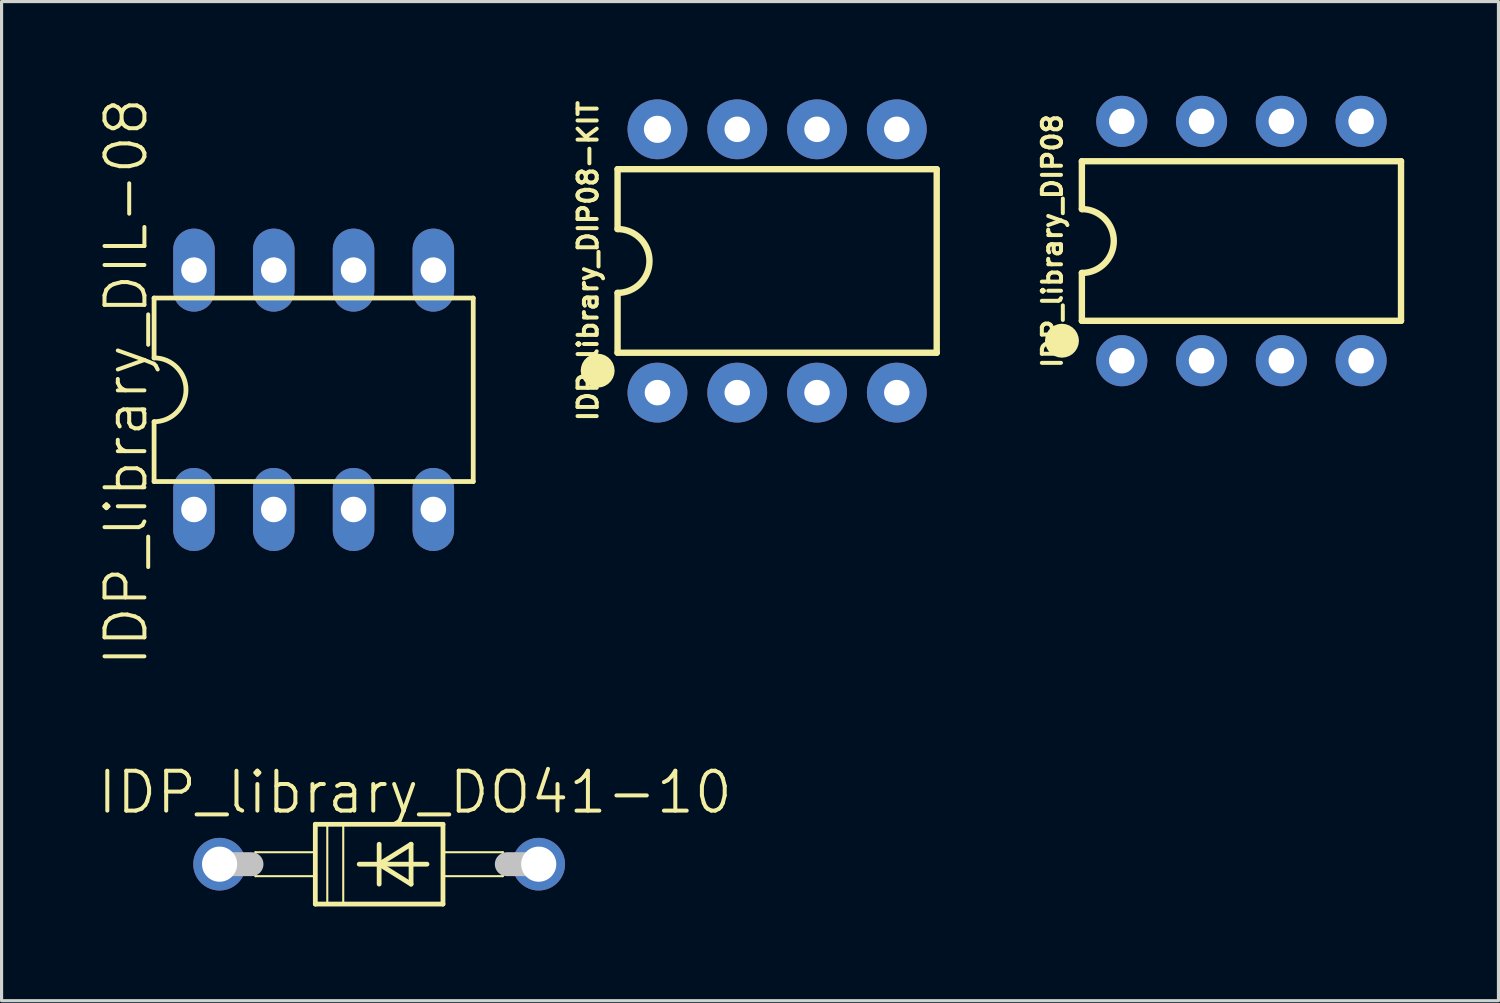
<source format=kicad_pcb>
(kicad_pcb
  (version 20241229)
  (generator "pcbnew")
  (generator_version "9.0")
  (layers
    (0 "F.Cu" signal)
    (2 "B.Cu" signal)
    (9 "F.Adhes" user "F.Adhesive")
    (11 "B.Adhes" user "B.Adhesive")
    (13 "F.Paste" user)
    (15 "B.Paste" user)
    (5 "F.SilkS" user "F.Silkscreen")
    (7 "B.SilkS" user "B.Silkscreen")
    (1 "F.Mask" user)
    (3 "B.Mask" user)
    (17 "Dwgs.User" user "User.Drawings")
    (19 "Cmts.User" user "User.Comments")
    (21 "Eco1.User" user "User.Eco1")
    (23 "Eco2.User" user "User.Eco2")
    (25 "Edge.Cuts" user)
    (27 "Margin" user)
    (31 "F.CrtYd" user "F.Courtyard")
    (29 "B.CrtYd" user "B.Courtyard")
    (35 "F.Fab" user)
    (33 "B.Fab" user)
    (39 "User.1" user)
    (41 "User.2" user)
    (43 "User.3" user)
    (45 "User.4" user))
  (footprint "IDP_library_DIL-08"
    (layer "F.Cu")
    (at 6.935 9.359)
    (property "Reference" "IDP_library_DIL-08" (at -5.969 -0.254 90) (layer "F.SilkS") (effects (font (size 1.27 1.27) (thickness 0.127))))
    (attr exclude_from_pos_files exclude_from_bom)
    (fp_line (start -5.08 -2.921) (end -5.08 -1.016) (stroke (width 0.152) (type solid)) (layer "F.SilkS"))
    (fp_line (start -5.08 2.921) (end -5.08 1.016) (stroke (width 0.152) (type solid)) (layer "F.SilkS"))
    (fp_line (start -5.08 2.921) (end 5.08 2.921) (stroke (width 0.152) (type solid)) (layer "F.SilkS"))
    (fp_line (start 5.08 -2.921) (end -5.08 -2.921) (stroke (width 0.152) (type solid)) (layer "F.SilkS"))
    (fp_line (start 5.08 -2.921) (end 5.08 2.921) (stroke (width 0.152) (type solid)) (layer "F.SilkS"))
    (fp_arc (start -5.08 -1.016) (mid -4.064 0) (end -5.08 1.016) (stroke (width 0.1524) (type solid)) (layer "F.SilkS"))
    (pad "1" thru_hole oval (at -3.81 3.81 180) (size 1.321 2.642) (drill 0.813) (layers "*.Cu" "*.Paste" "*.Mask"))
    (pad "2" thru_hole oval (at -1.27 3.81 180) (size 1.321 2.642) (drill 0.813) (layers "*.Cu" "*.Paste" "*.Mask"))
    (pad "3" thru_hole oval (at 1.27 3.81 180) (size 1.321 2.642) (drill 0.813) (layers "*.Cu" "*.Paste" "*.Mask"))
    (pad "4" thru_hole oval (at 3.81 3.81 180) (size 1.321 2.642) (drill 0.813) (layers "*.Cu" "*.Paste" "*.Mask"))
    (pad "5" thru_hole oval (at 3.81 -3.81 180) (size 1.321 2.642) (drill 0.813) (layers "*.Cu" "*.Paste" "*.Mask"))
    (pad "6" thru_hole oval (at 1.27 -3.81 180) (size 1.321 2.642) (drill 0.813) (layers "*.Cu" "*.Paste" "*.Mask"))
    (pad "7" thru_hole oval (at -1.27 -3.81 180) (size 1.321 2.642) (drill 0.813) (layers "*.Cu" "*.Paste" "*.Mask"))
    (pad "8" thru_hole oval (at -3.81 -3.81 180) (size 1.321 2.642) (drill 0.813) (layers "*.Cu" "*.Paste" "*.Mask")))
  (footprint "IDP_library_DIP08"
    (layer "F.Cu")
    (at 36.471 4.623)
    (property "Reference" "IDP_library_DIP08" (at -6.02 0 90) (layer "F.SilkS") (effects (font (size 0.61 0.61) (thickness 0.127))))
    (attr exclude_from_pos_files exclude_from_bom)
    (fp_line (start -5.08 -2.54) (end -5.08 -1.016) (stroke (width 0.203) (type solid)) (layer "F.SilkS"))
    (fp_line (start -5.08 2.54) (end -5.08 1.016) (stroke (width 0.203) (type solid)) (layer "F.SilkS"))
    (fp_line (start -5.08 2.54) (end 5.08 2.54) (stroke (width 0.203) (type solid)) (layer "F.SilkS"))
    (fp_line (start 5.08 -2.54) (end -5.08 -2.54) (stroke (width 0.203) (type solid)) (layer "F.SilkS"))
    (fp_line (start 5.08 -2.54) (end 5.08 2.54) (stroke (width 0.203) (type solid)) (layer "F.SilkS"))
    (fp_arc (start -5.08 -1.016) (mid -4.064 0) (end -5.08 1.016) (stroke (width 0.2032) (type solid)) (layer "F.SilkS"))
    (fp_poly (pts (xy -6.19 3.175) (xy -6.177 3.068) (xy -6.142 2.967) (xy -6.086 2.878) (xy -6.01 2.802) (xy -5.921 2.746) (xy -5.819 2.71) (xy -5.715 2.697) (xy -5.608 2.71) (xy -5.507 2.746) (xy -5.418 2.802) (xy -5.342 2.878) (xy -5.286 2.967) (xy -5.25 3.068) (xy -5.237 3.175) (xy -5.25 3.279) (xy -5.286 3.381) (xy -5.342 3.47) (xy -5.418 3.546) (xy -5.507 3.602) (xy -5.608 3.637) (xy -5.715 3.65) (xy -5.819 3.637) (xy -5.921 3.602) (xy -6.01 3.546) (xy -6.086 3.47) (xy -6.142 3.381) (xy -6.177 3.279) (xy -6.19 3.175)) (stroke (width 0.127) (type solid)) (fill yes) (layer "F.SilkS"))
    (pad "1" thru_hole circle (at -3.81 3.81) (size 1.626 1.626) (drill 0.813) (layers "*.Cu" "*.Paste" "*.Mask"))
    (pad "2" thru_hole circle (at -1.27 3.81) (size 1.626 1.626) (drill 0.813) (layers "*.Cu" "*.Paste" "*.Mask"))
    (pad "3" thru_hole circle (at 1.27 3.81) (size 1.626 1.626) (drill 0.813) (layers "*.Cu" "*.Paste" "*.Mask"))
    (pad "4" thru_hole circle (at 3.81 3.81) (size 1.626 1.626) (drill 0.813) (layers "*.Cu" "*.Paste" "*.Mask"))
    (pad "5" thru_hole circle (at 3.81 -3.81) (size 1.626 1.626) (drill 0.813) (layers "*.Cu" "*.Paste" "*.Mask"))
    (pad "6" thru_hole circle (at 1.27 -3.81) (size 1.626 1.626) (drill 0.813) (layers "*.Cu" "*.Paste" "*.Mask"))
    (pad "7" thru_hole circle (at -1.27 -3.81) (size 1.626 1.626) (drill 0.813) (layers "*.Cu" "*.Paste" "*.Mask"))
    (pad "8" thru_hole circle (at -3.81 -3.81) (size 1.626 1.626) (drill 0.813) (layers "*.Cu" "*.Paste" "*.Mask")))
  (footprint "IDP_library_DIP08-KIT"
    (layer "F.Cu")
    (at 21.69 5.258)
    (property "Reference" "IDP_library_DIP08-KIT" (at -6.02 0 90) (layer "F.SilkS") (effects (font (size 0.61 0.61) (thickness 0.127))))
    (attr exclude_from_pos_files exclude_from_bom)
    (fp_circle (center -3.81 -4.191) (end -3.81 -4.623) (stroke (width 0) (type solid)) (fill yes) (layer "F.Mask"))
    (fp_circle (center -3.81 4.191) (end -3.81 3.759) (stroke (width 0) (type solid)) (fill yes) (layer "F.Mask"))
    (fp_circle (center -1.27 -4.191) (end -1.27 -4.623) (stroke (width 0) (type solid)) (fill yes) (layer "F.Mask"))
    (fp_circle (center -1.27 4.191) (end -1.27 3.759) (stroke (width 0) (type solid)) (fill yes) (layer "F.Mask"))
    (fp_circle (center 1.27 -4.191) (end 1.27 -4.623) (stroke (width 0) (type solid)) (fill yes) (layer "F.Mask"))
    (fp_circle (center 1.27 4.191) (end 1.27 3.759) (stroke (width 0) (type solid)) (fill yes) (layer "F.Mask"))
    (fp_circle (center 3.81 -4.191) (end 3.81 -4.623) (stroke (width 0) (type solid)) (fill yes) (layer "F.Mask"))
    (fp_circle (center 3.81 4.191) (end 3.81 3.759) (stroke (width 0) (type solid)) (fill yes) (layer "F.Mask"))
    (fp_circle (center -3.81 -4.191) (end -3.81 -5.258) (stroke (width 0) (type solid)) (fill yes) (layer "B.Mask"))
    (fp_circle (center -3.81 4.191) (end -3.81 3.124) (stroke (width 0) (type solid)) (fill yes) (layer "B.Mask"))
    (fp_circle (center -1.27 -4.191) (end -1.27 -5.258) (stroke (width 0) (type solid)) (fill yes) (layer "B.Mask"))
    (fp_circle (center -1.27 4.191) (end -1.27 3.124) (stroke (width 0) (type solid)) (fill yes) (layer "B.Mask"))
    (fp_circle (center 1.27 -4.191) (end 1.27 -5.258) (stroke (width 0) (type solid)) (fill yes) (layer "B.Mask"))
    (fp_circle (center 1.27 4.191) (end 1.27 3.124) (stroke (width 0) (type solid)) (fill yes) (layer "B.Mask"))
    (fp_circle (center 3.81 -4.191) (end 3.81 -5.258) (stroke (width 0) (type solid)) (fill yes) (layer "B.Mask"))
    (fp_circle (center 3.81 4.191) (end 3.81 3.124) (stroke (width 0) (type solid)) (fill yes) (layer "B.Mask"))
    (fp_line (start -5.08 -2.921) (end -5.08 -1.016) (stroke (width 0.203) (type solid)) (layer "F.SilkS"))
    (fp_line (start -5.08 -2.921) (end 5.08 -2.921) (stroke (width 0.203) (type solid)) (layer "F.SilkS"))
    (fp_line (start -5.08 2.921) (end -5.08 1.016) (stroke (width 0.203) (type solid)) (layer "F.SilkS"))
    (fp_line (start -5.08 2.921) (end 5.08 2.921) (stroke (width 0.203) (type solid)) (layer "F.SilkS"))
    (fp_line (start 5.08 -2.921) (end 5.08 2.921) (stroke (width 0.203) (type solid)) (layer "F.SilkS"))
    (fp_arc (start -5.08 -1.016) (mid -4.064 0) (end -5.08 1.016) (stroke (width 0.2032) (type solid)) (layer "F.SilkS"))
    (fp_poly (pts (xy -6.19 3.493) (xy -6.177 3.386) (xy -6.142 3.284) (xy -6.086 3.195) (xy -6.01 3.119) (xy -5.921 3.063) (xy -5.819 3.028) (xy -5.715 3.015) (xy -5.608 3.028) (xy -5.507 3.063) (xy -5.418 3.119) (xy -5.342 3.195) (xy -5.286 3.284) (xy -5.25 3.386) (xy -5.237 3.493) (xy -5.25 3.597) (xy -5.286 3.698) (xy -5.342 3.787) (xy -5.418 3.863) (xy -5.507 3.919) (xy -5.608 3.955) (xy -5.715 3.967) (xy -5.819 3.955) (xy -5.921 3.919) (xy -6.01 3.863) (xy -6.086 3.787) (xy -6.142 3.698) (xy -6.177 3.597) (xy -6.19 3.493)) (stroke (width 0.127) (type solid)) (fill yes) (layer "F.SilkS"))
    (pad "1" thru_hole circle (at -3.81 4.191) (size 1.905 1.905) (drill 0.813) (layers "*.Cu" "*.Paste" "*.Mask"))
    (pad "2" thru_hole circle (at -1.27 4.191) (size 1.905 1.905) (drill 0.813) (layers "*.Cu" "*.Paste" "*.Mask"))
    (pad "3" thru_hole circle (at 1.27 4.191) (size 1.905 1.905) (drill 0.813) (layers "*.Cu" "*.Paste" "*.Mask"))
    (pad "4" thru_hole circle (at 3.81 4.191) (size 1.905 1.905) (drill 0.813) (layers "*.Cu" "*.Paste" "*.Mask"))
    (pad "5" thru_hole circle (at 3.81 -4.191) (size 1.905 1.905) (drill 0.813) (layers "*.Cu" "*.Paste" "*.Mask"))
    (pad "6" thru_hole circle (at 1.27 -4.191) (size 1.905 1.905) (drill 0.813) (layers "*.Cu" "*.Paste" "*.Mask"))
    (pad "7" thru_hole circle (at -1.27 -4.191) (size 1.905 1.905) (drill 0.813) (layers "*.Cu" "*.Paste" "*.Mask"))
    (pad "8" thru_hole circle (at -3.81 -4.191) (size 1.905 1.905) (drill 0.864) (layers "*.Cu" "*.Paste" "*.Mask")))
  (footprint "IDP_library_DO41-10"
    (layer "F.Cu")
    (at 9.02 24.461)
    (property "Reference" "IDP_library_DO41-10" (at 1.143 -2.286 0) (layer "F.SilkS") (effects (font (size 1.27 1.27) (thickness 0.127))))
    (attr exclude_from_pos_files exclude_from_bom)
    (fp_line (start -3.937 -0.381) (end -2.032 -0.381) (stroke (width 0.066) (type solid)) (layer "F.SilkS"))
    (fp_line (start -3.937 0.381) (end -3.937 -0.381) (stroke (width 0.066) (type solid)) (layer "F.SilkS"))
    (fp_line (start -3.937 0.381) (end -2.032 0.381) (stroke (width 0.066) (type solid)) (layer "F.SilkS"))
    (fp_line (start -2.032 -1.27) (end -2.032 1.27) (stroke (width 0.152) (type solid)) (layer "F.SilkS"))
    (fp_line (start -2.032 -1.27) (end 2.032 -1.27) (stroke (width 0.152) (type solid)) (layer "F.SilkS"))
    (fp_line (start -2.032 0.381) (end -2.032 -0.381) (stroke (width 0.066) (type solid)) (layer "F.SilkS"))
    (fp_line (start -1.651 -1.27) (end -1.143 -1.27) (stroke (width 0.066) (type solid)) (layer "F.SilkS"))
    (fp_line (start -1.651 1.27) (end -1.651 -1.27) (stroke (width 0.066) (type solid)) (layer "F.SilkS"))
    (fp_line (start -1.651 1.27) (end -1.143 1.27) (stroke (width 0.066) (type solid)) (layer "F.SilkS"))
    (fp_line (start -1.143 1.27) (end -1.143 -1.27) (stroke (width 0.066) (type solid)) (layer "F.SilkS"))
    (fp_line (start -0.635 0) (end 0 0) (stroke (width 0.152) (type solid)) (layer "F.SilkS"))
    (fp_line (start 0 -0.635) (end 0 0) (stroke (width 0.152) (type solid)) (layer "F.SilkS"))
    (fp_line (start 0 0) (end 0 0.635) (stroke (width 0.152) (type solid)) (layer "F.SilkS"))
    (fp_line (start 0 0) (end 1.016 -0.635) (stroke (width 0.152) (type solid)) (layer "F.SilkS"))
    (fp_line (start 0 0) (end 1.524 0) (stroke (width 0.152) (type solid)) (layer "F.SilkS"))
    (fp_line (start 1.016 -0.635) (end 1.016 0.635) (stroke (width 0.152) (type solid)) (layer "F.SilkS"))
    (fp_line (start 1.016 0.635) (end 0 0) (stroke (width 0.152) (type solid)) (layer "F.SilkS"))
    (fp_line (start 2.032 -0.381) (end 3.937 -0.381) (stroke (width 0.066) (type solid)) (layer "F.SilkS"))
    (fp_line (start 2.032 0.381) (end 2.032 -0.381) (stroke (width 0.066) (type solid)) (layer "F.SilkS"))
    (fp_line (start 2.032 0.381) (end 3.937 0.381) (stroke (width 0.066) (type solid)) (layer "F.SilkS"))
    (fp_line (start 2.032 1.27) (end -2.032 1.27) (stroke (width 0.152) (type solid)) (layer "F.SilkS"))
    (fp_line (start 2.032 1.27) (end 2.032 -1.27) (stroke (width 0.152) (type solid)) (layer "F.SilkS"))
    (fp_line (start 3.937 0.381) (end 3.937 -0.381) (stroke (width 0.066) (type solid)) (layer "F.SilkS"))
    (fp_line (start -5.08 0) (end -4.064 0) (stroke (width 0.762) (type solid)) (layer "Dwgs.User"))
    (fp_line (start 5.08 0) (end 4.064 0) (stroke (width 0.762) (type solid)) (layer "Dwgs.User"))
    (pad "A" thru_hole circle (at 5.08 0) (size 1.676 1.676) (drill 1.118) (layers "*.Cu" "*.Paste" "*.Mask"))
    (pad "C" thru_hole circle (at -5.08 0) (size 1.676 1.676) (drill 1.118) (layers "*.Cu" "*.Paste" "*.Mask")))
  (gr_rect
    (start -3 -3)
    (end 44.653 28.807)
    (stroke (width 0.1) (type default))
    (fill no)
    (layer "Edge.Cuts")))
</source>
